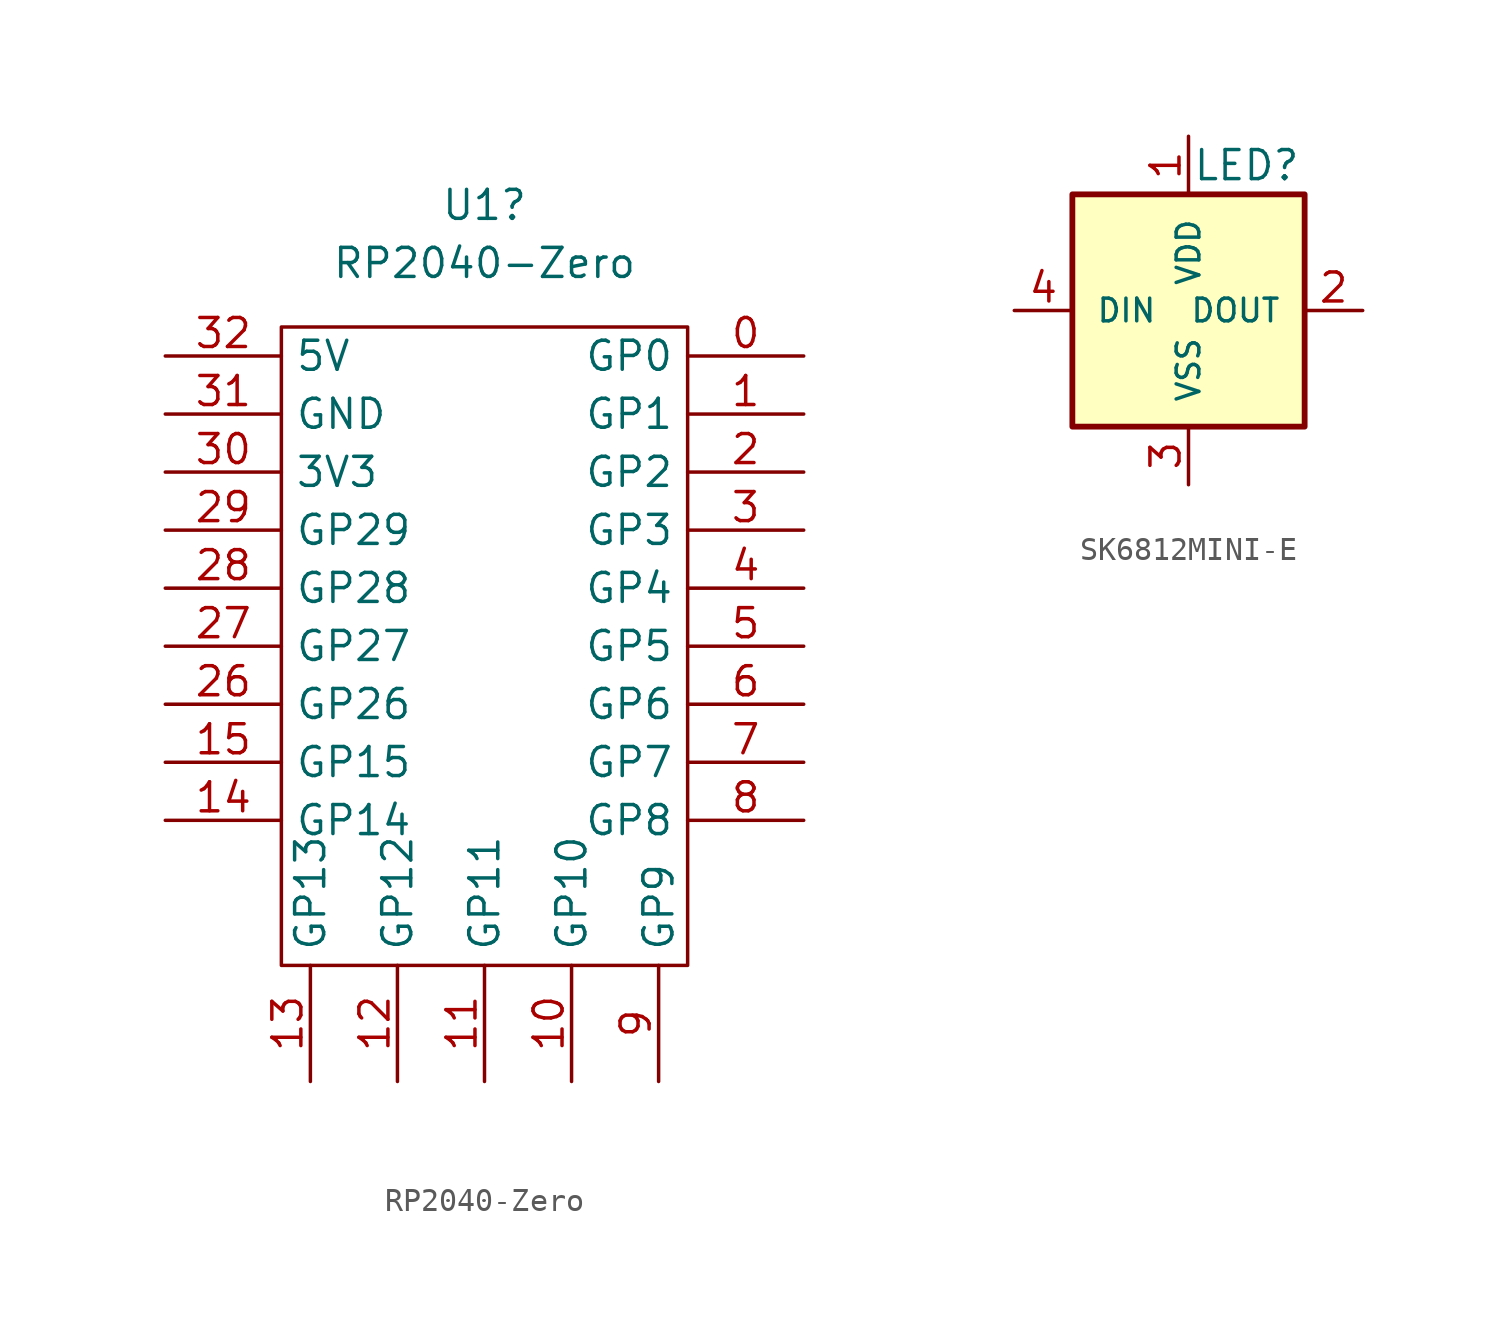
<source format=kicad_sym>
(kicad_symbol_lib
  (version 20220914)
  (generator kicad_symbol_editor)
  (symbol "RP2040-Zero"
    (pin_names
      (offset 0.584))
    (property "Reference" "U1"
      (at 0 0.254 0)
      (effects (font (size 1.27 1.27))))
    (property "Value" "RP2040-Zero"
      (at 0 -2.286 0)
      (effects (font (size 1.27 1.27))))
    (symbol "RP2040-Zero_0_1"
      (rectangle (start -8.89 -5.08) (end 8.89 -33.02) (stroke (width 0) (type default)) (fill (type none))))
    (symbol "RP2040-Zero_1_1"
      (pin tri_state line (at 13.97 -6.35 180) (length 5.08) (name "GP0" (effects (font (size 1.27 1.27)))) (number "0" (effects (font (size 1.27 1.27)))))
      (pin tri_state line (at 13.97 -8.89 180) (length 5.08) (name "GP1" (effects (font (size 1.27 1.27)))) (number "1" (effects (font (size 1.27 1.27)))))
      (pin tri_state line (at 3.81 -38.1 90) (length 5.08) (name "GP10" (effects (font (size 1.27 1.27)))) (number "10" (effects (font (size 1.27 1.27)))))
      (pin tri_state line (at 0 -38.1 90) (length 5.08) (name "GP11" (effects (font (size 1.27 1.27)))) (number "11" (effects (font (size 1.27 1.27)))))
      (pin tri_state line (at -3.81 -38.1 90) (length 5.08) (name "GP12" (effects (font (size 1.27 1.27)))) (number "12" (effects (font (size 1.27 1.27)))))
      (pin tri_state line (at -7.62 -38.1 90) (length 5.08) (name "GP13" (effects (font (size 1.27 1.27)))) (number "13" (effects (font (size 1.27 1.27)))))
      (pin tri_state line (at -13.97 -26.67 0) (length 5.08) (name "GP14" (effects (font (size 1.27 1.27)))) (number "14" (effects (font (size 1.27 1.27)))))
      (pin tri_state line (at -13.97 -24.13 0) (length 5.08) (name "GP15" (effects (font (size 1.27 1.27)))) (number "15" (effects (font (size 1.27 1.27)))))
      (pin tri_state line (at 13.97 -11.43 180) (length 5.08) (name "GP2" (effects (font (size 1.27 1.27)))) (number "2" (effects (font (size 1.27 1.27)))))
      (pin tri_state line (at -13.97 -21.59 0) (length 5.08) (name "GP26" (effects (font (size 1.27 1.27)))) (number "26" (effects (font (size 1.27 1.27)))))
      (pin tri_state line (at -13.97 -19.05 0) (length 5.08) (name "GP27" (effects (font (size 1.27 1.27)))) (number "27" (effects (font (size 1.27 1.27)))))
      (pin tri_state line (at -13.97 -16.51 0) (length 5.08) (name "GP28" (effects (font (size 1.27 1.27)))) (number "28" (effects (font (size 1.27 1.27)))))
      (pin tri_state line (at -13.97 -13.97 0) (length 5.08) (name "GP29" (effects (font (size 1.27 1.27)))) (number "29" (effects (font (size 1.27 1.27)))))
      (pin tri_state line (at 13.97 -13.97 180) (length 5.08) (name "GP3" (effects (font (size 1.27 1.27)))) (number "3" (effects (font (size 1.27 1.27)))))
      (pin power_out line (at -13.97 -11.43 0) (length 5.08) (name "3V3" (effects (font (size 1.27 1.27)))) (number "30" (effects (font (size 1.27 1.27)))))
      (pin input line (at -13.97 -8.89 0) (length 5.08) (name "GND" (effects (font (size 1.27 1.27)))) (number "31" (effects (font (size 1.27 1.27)))))
      (pin power_out line (at -13.97 -6.35 0) (length 5.08) (name "5V" (effects (font (size 1.27 1.27)))) (number "32" (effects (font (size 1.27 1.27)))))
      (pin tri_state line (at 13.97 -16.51 180) (length 5.08) (name "GP4" (effects (font (size 1.27 1.27)))) (number "4" (effects (font (size 1.27 1.27)))))
      (pin tri_state line (at 13.97 -19.05 180) (length 5.08) (name "GP5" (effects (font (size 1.27 1.27)))) (number "5" (effects (font (size 1.27 1.27)))))
      (pin tri_state line (at 13.97 -21.59 180) (length 5.08) (name "GP6" (effects (font (size 1.27 1.27)))) (number "6" (effects (font (size 1.27 1.27)))))
      (pin tri_state line (at 13.97 -24.13 180) (length 5.08) (name "GP7" (effects (font (size 1.27 1.27)))) (number "7" (effects (font (size 1.27 1.27)))))
      (pin tri_state line (at 13.97 -26.67 180) (length 5.08) (name "GP8" (effects (font (size 1.27 1.27)))) (number "8" (effects (font (size 1.27 1.27)))))
      (pin tri_state line (at 7.62 -38.1 90) (length 5.08) (name "GP9" (effects (font (size 1.27 1.27)))) (number "9" (effects (font (size 1.27 1.27)))))))
  (symbol "SK6812MINI-E"
    (pin_names
      (offset 1.016))
    (property "Reference" "LED"
      (at 2.54 6.35 0)
      (effects (font (size 1.27 1.27))))
    (symbol "SK6812MINI-E_0_1"
      (rectangle (start -5.08 5.08) (end 5.08 -5.08) (stroke (width 0.254) (type default)) (fill (type background))))
    (symbol "SK6812MINI-E_1_1"
      (pin power_in line (at 0 7.62 270) (length 2.54) (name "VDD" (effects (font (size 0.991 0.991)))) (number "1" (effects (font (size 1.27 1.27)))))
      (pin output line (at 7.62 0 180) (length 2.54) (name "DOUT" (effects (font (size 0.991 0.991)))) (number "2" (effects (font (size 1.27 1.27)))))
      (pin power_in line (at 0 -7.62 90) (length 2.54) (name "VSS" (effects (font (size 0.991 0.991)))) (number "3" (effects (font (size 1.27 1.27)))))
      (pin input line (at -7.62 0 0) (length 2.54) (name "DIN" (effects (font (size 0.991 0.991)))) (number "4" (effects (font (size 1.27 1.27))))))))
</source>
